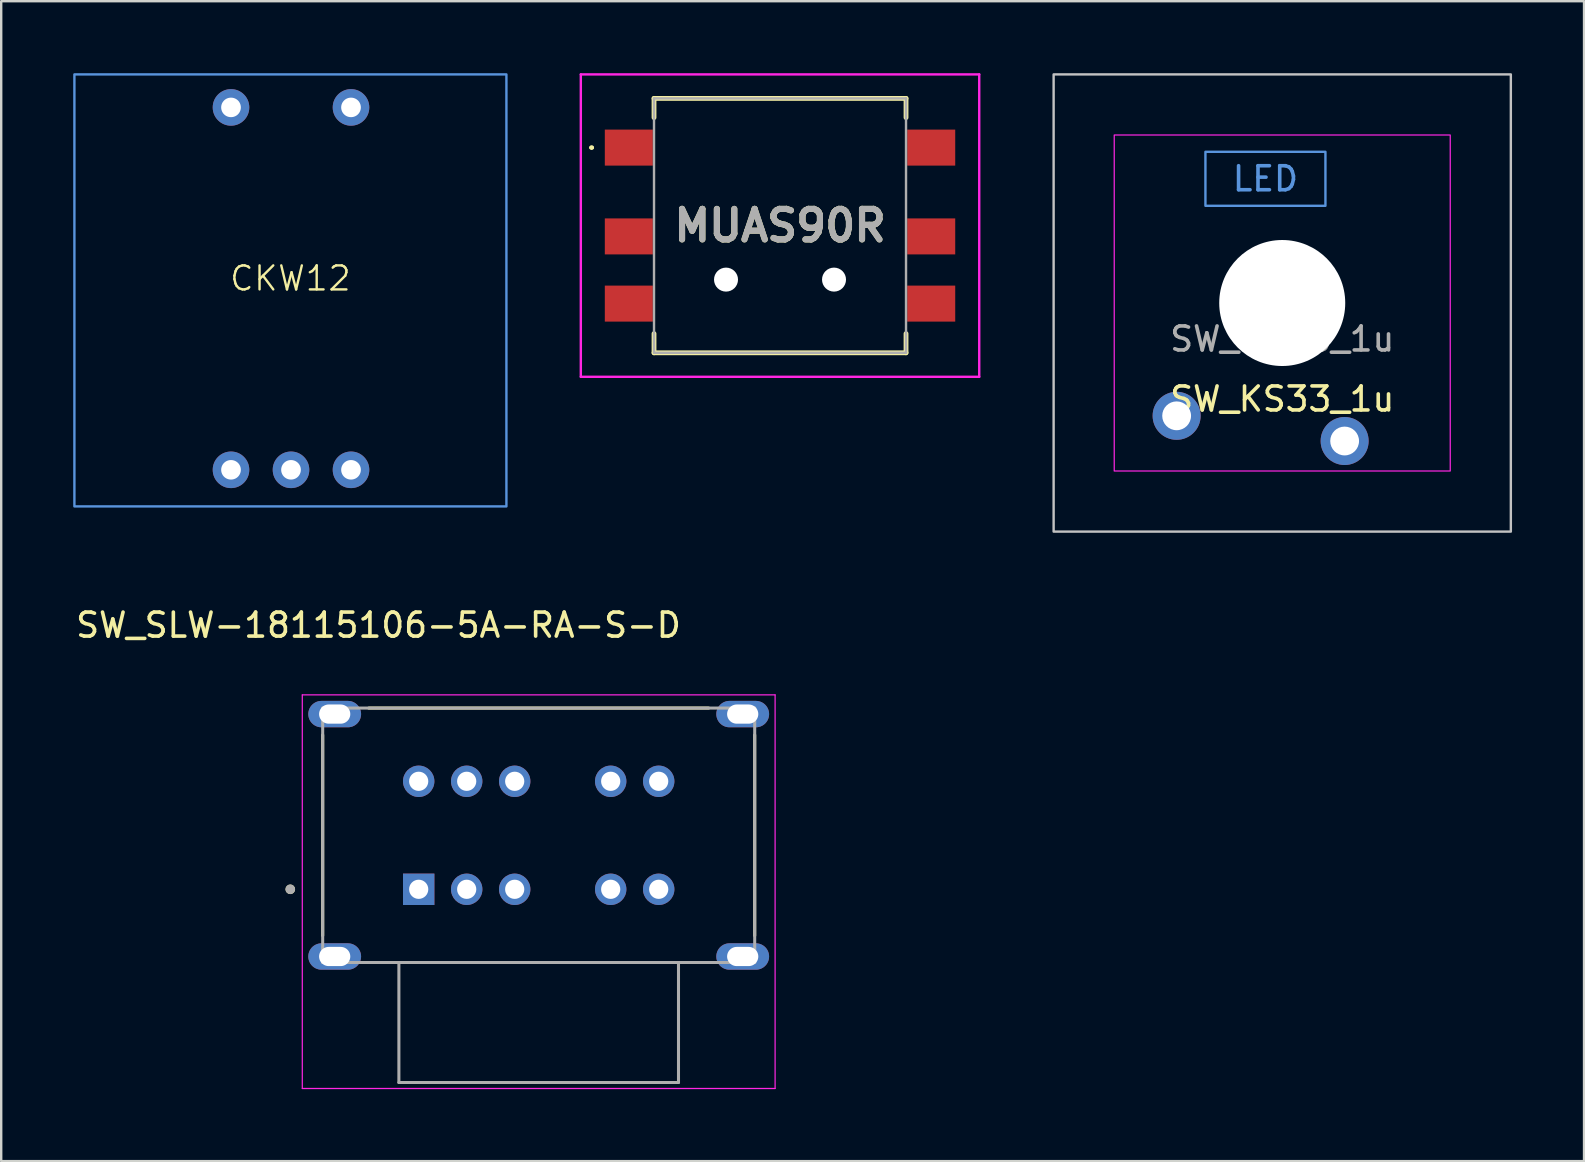
<source format=kicad_pcb>
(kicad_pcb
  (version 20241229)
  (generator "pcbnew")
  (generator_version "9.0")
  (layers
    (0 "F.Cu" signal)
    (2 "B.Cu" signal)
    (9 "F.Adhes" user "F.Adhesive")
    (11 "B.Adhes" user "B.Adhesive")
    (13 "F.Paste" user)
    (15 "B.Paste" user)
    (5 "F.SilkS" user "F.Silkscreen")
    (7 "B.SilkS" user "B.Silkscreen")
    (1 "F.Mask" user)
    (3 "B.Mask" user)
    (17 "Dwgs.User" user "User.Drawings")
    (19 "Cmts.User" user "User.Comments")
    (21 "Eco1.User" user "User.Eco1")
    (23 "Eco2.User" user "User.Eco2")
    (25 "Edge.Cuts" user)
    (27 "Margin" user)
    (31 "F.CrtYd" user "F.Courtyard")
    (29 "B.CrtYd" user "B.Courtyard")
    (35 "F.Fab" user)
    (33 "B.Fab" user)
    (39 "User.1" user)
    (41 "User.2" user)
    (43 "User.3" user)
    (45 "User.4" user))
  (footprint "MUAS90R"
    (layer "F.Cu")
    (at 29.45 6.35)
    (property "Reference" "MUAS90R" (at 0 0 0) (layer "F.SilkS") (effects (font (size 1.27 1.27) (thickness 0.254))))
    (attr through_hole)
    (fp_line (start -7.9 -3.25) (end -7.9 -3.25) (stroke (width 0.1) (type solid)) (layer "F.SilkS"))
    (fp_line (start -7.8 -3.25) (end -7.8 -3.25) (stroke (width 0.1) (type solid)) (layer "F.SilkS"))
    (fp_line (start -5.25 -5.3) (end 5.25 -5.3) (stroke (width 0.2) (type solid)) (layer "F.SilkS"))
    (fp_line (start -5.25 -4.5) (end -5.25 -5.3) (stroke (width 0.2) (type solid)) (layer "F.SilkS"))
    (fp_line (start -5.25 4.5) (end -5.25 5.3) (stroke (width 0.2) (type solid)) (layer "F.SilkS"))
    (fp_line (start -5.25 5.3) (end 5.25 5.3) (stroke (width 0.2) (type solid)) (layer "F.SilkS"))
    (fp_line (start 5.25 -5.3) (end 5.25 -4.5) (stroke (width 0.2) (type solid)) (layer "F.SilkS"))
    (fp_line (start 5.25 5.3) (end 5.25 4.5) (stroke (width 0.2) (type solid)) (layer "F.SilkS"))
    (fp_arc (start -7.9 -3.25) (mid -7.85 -3.3) (end -7.8 -3.25) (stroke (width 0.1) (type solid)) (layer "F.SilkS"))
    (fp_arc (start -7.8 -3.25) (mid -7.85 -3.2) (end -7.9 -3.25) (stroke (width 0.1) (type solid)) (layer "F.SilkS"))
    (fp_line (start -8.3 -6.3) (end 8.3 -6.3) (stroke (width 0.1) (type solid)) (layer "F.CrtYd"))
    (fp_line (start -8.3 6.3) (end -8.3 -6.3) (stroke (width 0.1) (type solid)) (layer "F.CrtYd"))
    (fp_line (start 8.3 -6.3) (end 8.3 6.3) (stroke (width 0.1) (type solid)) (layer "F.CrtYd"))
    (fp_line (start 8.3 6.3) (end -8.3 6.3) (stroke (width 0.1) (type solid)) (layer "F.CrtYd"))
    (fp_line (start -5.25 -5.3) (end 5.25 -5.3) (stroke (width 0.1) (type solid)) (layer "F.Fab"))
    (fp_line (start -5.25 5.3) (end -5.25 -5.3) (stroke (width 0.1) (type solid)) (layer "F.Fab"))
    (fp_line (start 5.25 -5.3) (end 5.25 5.3) (stroke (width 0.1) (type solid)) (layer "F.Fab"))
    (fp_line (start 5.25 5.3) (end -5.25 5.3) (stroke (width 0.1) (type solid)) (layer "F.Fab"))
    (fp_text user "${REFERENCE}" (at 0 0 0) (layer "F.Fab") (effects (font (size 1.27 1.27) (thickness 0.254))))
    (pad "" np_thru_hole circle (at -2.25 2.25) (size 1 1) (drill 1) (layers "*.Cu" "*.Mask"))
    (pad "" np_thru_hole circle (at 2.25 2.25) (size 1 1) (drill 1) (layers "*.Cu" "*.Mask"))
    (pad "A1" smd rect (at -6.3 -3.25 90) (size 1.5 2) (layers "F.Cu" "F.Mask" "F.Paste"))
    (pad "B1" smd rect (at -6.3 0.45 90) (size 1.5 2) (layers "F.Cu" "F.Mask" "F.Paste"))
    (pad "C1" smd rect (at -6.3 3.25 90) (size 1.5 2) (layers "F.Cu" "F.Mask" "F.Paste"))
    (pad "D1" smd rect (at 6.3 3.25 90) (size 1.5 2) (layers "F.Cu" "F.Mask" "F.Paste"))
    (pad "E1" smd rect (at 6.3 0.45 90) (size 1.5 2) (layers "F.Cu" "F.Mask" "F.Paste"))
    (pad "F1" smd rect (at 6.3 -3.25 90) (size 1.5 2) (layers "F.Cu" "F.Mask" "F.Paste")))
  (footprint "SW_KS33_1u"
    (layer "F.Cu")
    (at 50.375 9.575)
    (property "Reference" "SW_KS33_1u" (at 0 4 180) (layer "F.SilkS") (effects (font (size 1 1) (thickness 0.15))))
    (attr through_hole exclude_from_pos_files exclude_from_bom)
    (fp_rect (start -9.525 -9.525) (end 9.525 9.525) (stroke (width 0.1) (type default)) (fill no) (layer "Dwgs.User"))
    (fp_rect (start -3.2 -6.3) (end 1.8 -4.05) (stroke (width 0.1) (type default)) (fill no) (layer "Cmts.User"))
    (fp_line (start -7 6.5) (end -7 -6.5) (stroke (width 0.1) (type default)) (layer "Eco2.User"))
    (fp_line (start -6.5 -7) (end 6.5 -7) (stroke (width 0.1) (type default)) (layer "Eco2.User"))
    (fp_line (start 6.5 7) (end -6.5 7) (stroke (width 0.1) (type default)) (layer "Eco2.User"))
    (fp_line (start 7 -6.5) (end 7 6.5) (stroke (width 0.1) (type default)) (layer "Eco2.User"))
    (fp_arc (start -7 -6.5) (mid -6.853553 -6.853553) (end -6.5 -7) (stroke (width 0.1) (type default)) (layer "Eco2.User"))
    (fp_arc (start -6.5 7) (mid -6.853553 6.853553) (end -7 6.5) (stroke (width 0.1) (type default)) (layer "Eco2.User"))
    (fp_arc (start 6.5 -7) (mid 6.853553 -6.853553) (end 7 -6.5) (stroke (width 0.1) (type default)) (layer "Eco2.User"))
    (fp_arc (start 7 6.5) (mid 6.853553 6.853553) (end 6.5 7) (stroke (width 0.1) (type default)) (layer "Eco2.User"))
    (fp_rect (start -7 -7) (end 7 7) (stroke (width 0.05) (type default)) (fill no) (layer "F.CrtYd"))
    (fp_text user "LED" (at -0.7 -5.175 0) (unlocked yes) (layer "Cmts.User") (effects (font (size 1 1) (thickness 0.15))))
    (fp_text user "${REFERENCE}" (at 0 1.5 0) (layer "F.Fab") (effects (font (size 1 1) (thickness 0.15))))
    (pad "" np_thru_hole circle (at 0 0 180) (size 5.25 5.25) (drill 5.25) (layers "*.Cu" "*.Mask"))
    (pad "1" thru_hole circle (at -4.4 4.7 180) (size 2 2) (drill 1.2) (layers "*.Cu" "B.Mask"))
    (pad "2" thru_hole circle (at 2.6 5.75 180) (size 2 2) (drill 1.2) (layers "*.Cu" "B.Mask")))
  (footprint "CKW12"
    (layer "F.Cu")
    (at 9.05 9.05)
    (property "Reference" "CKW12" (at 0 -0.5 0) (unlocked yes) (layer "F.SilkS") (effects (font (size 1 1) (thickness 0.1))))
    (attr smd exclude_from_pos_files exclude_from_bom)
    (fp_rect (start -9 -9) (end 9 9) (stroke (width 0.1) (type default)) (fill no) (layer "Cmts.User"))
    (pad "A" thru_hole circle (at -2.475 7.475) (size 1.524 1.524) (drill oval 0.82 0.813) (layers "*.Cu" "*.Mask"))
    (pad "B" thru_hole circle (at 2.525 7.475) (size 1.524 1.524) (drill oval 0.82 0.813) (layers "*.Cu" "*.Mask"))
    (pad "C" thru_hole circle (at 0.025 7.475) (size 1.524 1.524) (drill oval 0.82 0.813) (layers "*.Cu" "*.Mask"))
    (pad "S1" thru_hole circle (at -2.475 -7.625) (size 1.524 1.524) (drill oval 0.82 0.813) (layers "*.Cu" "*.Mask"))
    (pad "S2" thru_hole circle (at 2.525 -7.625) (size 1.524 1.524) (drill oval 0.82 0.813) (layers "*.Cu" "*.Mask")))
  (footprint "SW_SLW-18115106-5A-RA-S-D"
    (layer "F.Cu")
    (at 19.395 31.753)
    (property "Reference" "SW_SLW-18115106-5A-RA-S-D" (at -6.675 -8.755 0) (layer "F.SilkS") (effects (font (size 1 1) (thickness 0.15))))
    (attr through_hole)
    (fp_line (start -9 -4.18) (end -9 4.18) (stroke (width 0.127) (type solid)) (layer "F.SilkS"))
    (fp_line (start -7.08 -5.3) (end 7.08 -5.3) (stroke (width 0.127) (type solid)) (layer "F.SilkS"))
    (fp_line (start -7.08 5.3) (end 7.08 5.3) (stroke (width 0.127) (type solid)) (layer "F.SilkS"))
    (fp_line (start 9 -4.18) (end 9 4.18) (stroke (width 0.127) (type solid)) (layer "F.SilkS"))
    (fp_circle (center -10.35 2.25) (end -10.25 2.25) (stroke (width 0.2) (type solid)) (fill no) (layer "F.SilkS"))
    (fp_line (start -9.85 -5.85) (end -9.85 10.55) (stroke (width 0.05) (type solid)) (layer "F.CrtYd"))
    (fp_line (start -9.85 10.55) (end 9.85 10.55) (stroke (width 0.05) (type solid)) (layer "F.CrtYd"))
    (fp_line (start 9.85 -5.85) (end -9.85 -5.85) (stroke (width 0.05) (type solid)) (layer "F.CrtYd"))
    (fp_line (start 9.85 10.55) (end 9.85 -5.85) (stroke (width 0.05) (type solid)) (layer "F.CrtYd"))
    (fp_line (start -9 -5.3) (end -9 5.3) (stroke (width 0.127) (type solid)) (layer "F.Fab"))
    (fp_line (start -9 5.3) (end -5.825 5.3) (stroke (width 0.127) (type solid)) (layer "F.Fab"))
    (fp_line (start -5.825 5.3) (end -5.825 10.3) (stroke (width 0.127) (type solid)) (layer "F.Fab"))
    (fp_line (start -5.825 5.3) (end 5.825 5.3) (stroke (width 0.127) (type solid)) (layer "F.Fab"))
    (fp_line (start -5.825 10.3) (end 5.825 10.3) (stroke (width 0.127) (type solid)) (layer "F.Fab"))
    (fp_line (start 5.825 5.3) (end 9 5.3) (stroke (width 0.127) (type solid)) (layer "F.Fab"))
    (fp_line (start 5.825 10.3) (end 5.825 5.3) (stroke (width 0.127) (type solid)) (layer "F.Fab"))
    (fp_line (start 9 -5.3) (end -9 -5.3) (stroke (width 0.127) (type solid)) (layer "F.Fab"))
    (fp_line (start 9 5.3) (end 9 -5.3) (stroke (width 0.127) (type solid)) (layer "F.Fab"))
    (fp_circle (center -10.35 2.25) (end -10.25 2.25) (stroke (width 0.2) (type solid)) (fill no) (layer "F.Fab"))
    (pad "1" thru_hole rect (at -5 2.25) (size 1.308 1.308) (drill 0.8) (layers "*.Cu" "*.Mask"))
    (pad "2" thru_hole circle (at -3 2.25) (size 1.308 1.308) (drill 0.8) (layers "*.Cu" "*.Mask"))
    (pad "3" thru_hole circle (at -1 2.25) (size 1.308 1.308) (drill 0.8) (layers "*.Cu" "*.Mask"))
    (pad "4" thru_hole circle (at 3 2.25) (size 1.308 1.308) (drill 0.8) (layers "*.Cu" "*.Mask"))
    (pad "5" thru_hole circle (at 5 2.25) (size 1.308 1.308) (drill 0.8) (layers "*.Cu" "*.Mask"))
    (pad "6" thru_hole circle (at -5 -2.25) (size 1.308 1.308) (drill 0.8) (layers "*.Cu" "*.Mask"))
    (pad "7" thru_hole circle (at -3 -2.25) (size 1.308 1.308) (drill 0.8) (layers "*.Cu" "*.Mask"))
    (pad "8" thru_hole circle (at -1 -2.25) (size 1.308 1.308) (drill 0.8) (layers "*.Cu" "*.Mask"))
    (pad "9" thru_hole circle (at 3 -2.25) (size 1.308 1.308) (drill 0.8) (layers "*.Cu" "*.Mask"))
    (pad "10" thru_hole circle (at 5 -2.25) (size 1.308 1.308) (drill 0.8) (layers "*.Cu" "*.Mask"))
    (pad "SH1" thru_hole oval (at -8.5 -5.05) (size 2.2 1.1) (drill oval 1.3 0.8) (layers "*.Cu" "*.Mask"))
    (pad "SH2" thru_hole oval (at -8.5 5.05) (size 2.2 1.1) (drill oval 1.3 0.8) (layers "*.Cu" "*.Mask"))
    (pad "SH3" thru_hole oval (at 8.5 -5.05) (size 2.2 1.1) (drill oval 1.3 0.8) (layers "*.Cu" "*.Mask"))
    (pad "SH4" thru_hole oval (at 8.5 5.05) (size 2.2 1.1) (drill oval 1.3 0.8) (layers "*.Cu" "*.Mask")))
  (gr_rect
    (start -3 -3)
    (end 62.95 45.328)
    (stroke (width 0.1) (type default))
    (fill no)
    (layer "Edge.Cuts")))
</source>
